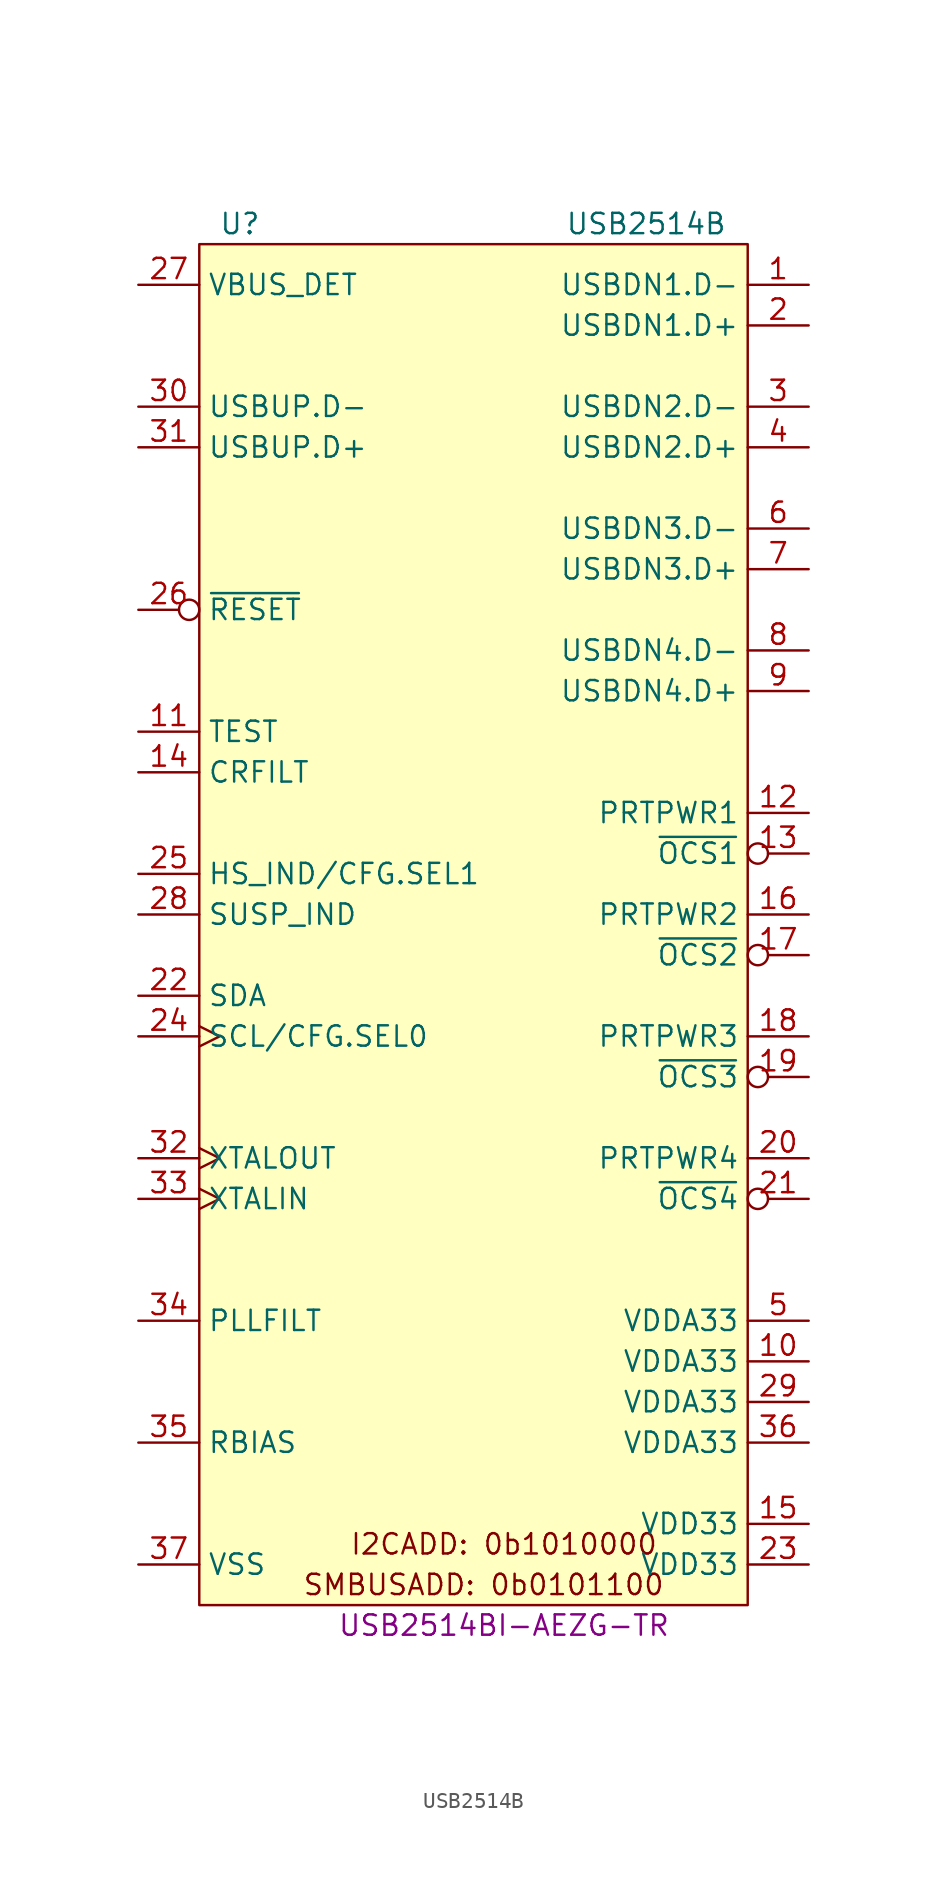
<source format=kicad_sym>
(kicad_symbol_lib
  (version 20231120)
  (generator "kicad_symbol_editor")
  (generator_version "8.0")
  (symbol "USB2514B"
    (property "Reference" "U"
      (at -16.51 46.99 0)
      (effects (font (size 1.27 1.27))))
    (property "Value" "USB2514B"
      (at 8.89 46.99 0)
      (effects (font (size 1.27 1.27))))
    (property "MPN" "USB2514BI-AEZG-TR"
      (at 0 -40.64 0)
      (effects (font (size 1.27 1.27))))
    (symbol "USB2514B_0_0"
      (text "I2CADD: 0b1010000" (at 0 -35.56 0) (effects (font (size 1.27 1.27))))
      (text "SMBUSADD: 0b0101100" (at -1.27 -38.1 0) (effects (font (size 1.27 1.27)))))
    (symbol "USB2514B_0_1"
      (rectangle (start -19.05 45.72) (end 15.24 -39.37) (stroke (width 0) (type default)) (fill (type background))))
    (symbol "USB2514B_1_1"
      (pin bidirectional line (at 19.05 43.18 180) (length 3.81) (name "USBDN1.D-" (effects (font (size 1.27 1.27)))) (number "1" (effects (font (size 1.27 1.27)))))
      (pin power_in line (at 19.05 -24.13 180) (length 3.81) (name "VDDA33" (effects (font (size 1.27 1.27)))) (number "10" (effects (font (size 1.27 1.27)))))
      (pin passive line (at -22.86 15.24 0) (length 3.81) (name "TEST" (effects (font (size 1.27 1.27)))) (number "11" (effects (font (size 1.27 1.27)))))
      (pin output line (at 19.05 10.16 180) (length 3.81) (name "PRTPWR1" (effects (font (size 1.27 1.27)))) (number "12" (effects (font (size 1.27 1.27)))))
      (pin input inverted (at 19.05 7.62 180) (length 3.81) (name "~{OCS1}" (effects (font (size 1.27 1.27)))) (number "13" (effects (font (size 1.27 1.27)))))
      (pin passive line (at -22.86 12.7 0) (length 3.81) (name "CRFILT" (effects (font (size 1.27 1.27)))) (number "14" (effects (font (size 1.27 1.27)))))
      (pin power_in line (at 19.05 -34.29 180) (length 3.81) (name "VDD33" (effects (font (size 1.27 1.27)))) (number "15" (effects (font (size 1.27 1.27)))))
      (pin output line (at 19.05 3.81 180) (length 3.81) (name "PRTPWR2" (effects (font (size 1.27 1.27)))) (number "16" (effects (font (size 1.27 1.27)))))
      (pin input inverted (at 19.05 1.27 180) (length 3.81) (name "~{OCS2}" (effects (font (size 1.27 1.27)))) (number "17" (effects (font (size 1.27 1.27)))))
      (pin output line (at 19.05 -3.81 180) (length 3.81) (name "PRTPWR3" (effects (font (size 1.27 1.27)))) (number "18" (effects (font (size 1.27 1.27)))))
      (pin input inverted (at 19.05 -6.35 180) (length 3.81) (name "~{OCS3}" (effects (font (size 1.27 1.27)))) (number "19" (effects (font (size 1.27 1.27)))))
      (pin bidirectional line (at 19.05 40.64 180) (length 3.81) (name "USBDN1.D+" (effects (font (size 1.27 1.27)))) (number "2" (effects (font (size 1.27 1.27)))))
      (pin output line (at 19.05 -11.43 180) (length 3.81) (name "PRTPWR4" (effects (font (size 1.27 1.27)))) (number "20" (effects (font (size 1.27 1.27)))))
      (pin input inverted (at 19.05 -13.97 180) (length 3.81) (name "~{OCS4}" (effects (font (size 1.27 1.27)))) (number "21" (effects (font (size 1.27 1.27)))))
      (pin bidirectional line (at -22.86 -1.27 0) (length 3.81) (name "SDA" (effects (font (size 1.27 1.27)))) (number "22" (effects (font (size 1.27 1.27)))))
      (pin power_in line (at 19.05 -36.83 180) (length 3.81) (name "VDD33" (effects (font (size 1.27 1.27)))) (number "23" (effects (font (size 1.27 1.27)))))
      (pin bidirectional clock (at -22.86 -3.81 0) (length 3.81) (name "SCL/CFG.SEL0" (effects (font (size 1.27 1.27)))) (number "24" (effects (font (size 1.27 1.27)))))
      (pin bidirectional line (at -22.86 6.35 0) (length 3.81) (name "HS_IND/CFG.SEL1" (effects (font (size 1.27 1.27)))) (number "25" (effects (font (size 1.27 1.27)))))
      (pin input inverted (at -22.86 22.86 0) (length 3.81) (name "~{RESET}" (effects (font (size 1.27 1.27)))) (number "26" (effects (font (size 1.27 1.27)))))
      (pin input line (at -22.86 43.18 0) (length 3.81) (name "VBUS_DET" (effects (font (size 1.27 1.27)))) (number "27" (effects (font (size 1.27 1.27)))))
      (pin output line (at -22.86 3.81 0) (length 3.81) (name "SUSP_IND" (effects (font (size 1.27 1.27)))) (number "28" (effects (font (size 1.27 1.27)))))
      (pin power_in line (at 19.05 -26.67 180) (length 3.81) (name "VDDA33" (effects (font (size 1.27 1.27)))) (number "29" (effects (font (size 1.27 1.27)))))
      (pin bidirectional line (at 19.05 35.56 180) (length 3.81) (name "USBDN2.D-" (effects (font (size 1.27 1.27)))) (number "3" (effects (font (size 1.27 1.27)))))
      (pin bidirectional line (at -22.86 35.56 0) (length 3.81) (name "USBUP.D-" (effects (font (size 1.27 1.27)))) (number "30" (effects (font (size 1.27 1.27)))))
      (pin bidirectional line (at -22.86 33.02 0) (length 3.81) (name "USBUP.D+" (effects (font (size 1.27 1.27)))) (number "31" (effects (font (size 1.27 1.27)))))
      (pin output clock (at -22.86 -11.43 0) (length 3.81) (name "XTALOUT" (effects (font (size 1.27 1.27)))) (number "32" (effects (font (size 1.27 1.27)))))
      (pin input clock (at -22.86 -13.97 0) (length 3.81) (name "XTALIN" (effects (font (size 1.27 1.27)))) (number "33" (effects (font (size 1.27 1.27)))))
      (pin passive line (at -22.86 -21.59 0) (length 3.81) (name "PLLFILT" (effects (font (size 1.27 1.27)))) (number "34" (effects (font (size 1.27 1.27)))))
      (pin passive line (at -22.86 -29.21 0) (length 3.81) (name "RBIAS" (effects (font (size 1.27 1.27)))) (number "35" (effects (font (size 1.27 1.27)))))
      (pin power_in line (at 19.05 -29.21 180) (length 3.81) (name "VDDA33" (effects (font (size 1.27 1.27)))) (number "36" (effects (font (size 1.27 1.27)))))
      (pin power_in line (at -22.86 -36.83 0) (length 3.81) (name "VSS" (effects (font (size 1.27 1.27)))) (number "37" (effects (font (size 1.27 1.27)))))
      (pin bidirectional line (at 19.05 33.02 180) (length 3.81) (name "USBDN2.D+" (effects (font (size 1.27 1.27)))) (number "4" (effects (font (size 1.27 1.27)))))
      (pin power_in line (at 19.05 -21.59 180) (length 3.81) (name "VDDA33" (effects (font (size 1.27 1.27)))) (number "5" (effects (font (size 1.27 1.27)))))
      (pin bidirectional line (at 19.05 27.94 180) (length 3.81) (name "USBDN3.D-" (effects (font (size 1.27 1.27)))) (number "6" (effects (font (size 1.27 1.27)))))
      (pin bidirectional line (at 19.05 25.4 180) (length 3.81) (name "USBDN3.D+" (effects (font (size 1.27 1.27)))) (number "7" (effects (font (size 1.27 1.27)))))
      (pin bidirectional line (at 19.05 20.32 180) (length 3.81) (name "USBDN4.D-" (effects (font (size 1.27 1.27)))) (number "8" (effects (font (size 1.27 1.27)))))
      (pin bidirectional line (at 19.05 17.78 180) (length 3.81) (name "USBDN4.D+" (effects (font (size 1.27 1.27)))) (number "9" (effects (font (size 1.27 1.27))))))))
</source>
